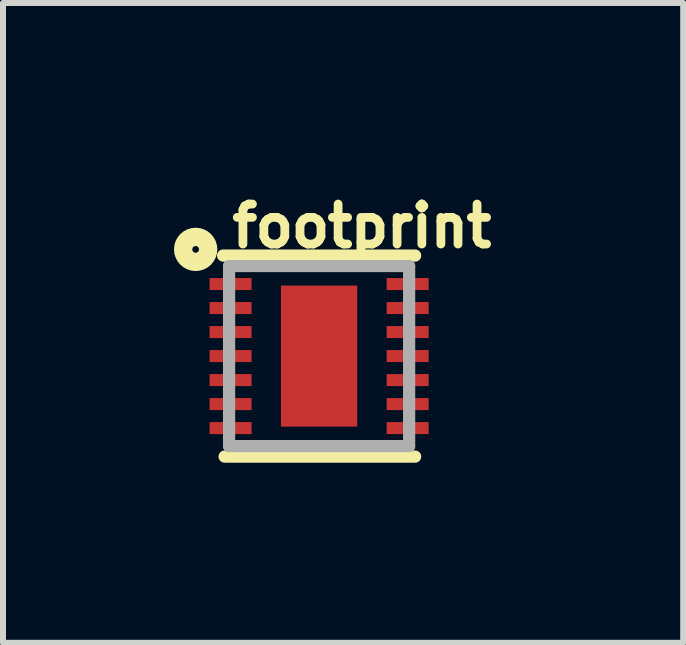
<source format=kicad_pcb>
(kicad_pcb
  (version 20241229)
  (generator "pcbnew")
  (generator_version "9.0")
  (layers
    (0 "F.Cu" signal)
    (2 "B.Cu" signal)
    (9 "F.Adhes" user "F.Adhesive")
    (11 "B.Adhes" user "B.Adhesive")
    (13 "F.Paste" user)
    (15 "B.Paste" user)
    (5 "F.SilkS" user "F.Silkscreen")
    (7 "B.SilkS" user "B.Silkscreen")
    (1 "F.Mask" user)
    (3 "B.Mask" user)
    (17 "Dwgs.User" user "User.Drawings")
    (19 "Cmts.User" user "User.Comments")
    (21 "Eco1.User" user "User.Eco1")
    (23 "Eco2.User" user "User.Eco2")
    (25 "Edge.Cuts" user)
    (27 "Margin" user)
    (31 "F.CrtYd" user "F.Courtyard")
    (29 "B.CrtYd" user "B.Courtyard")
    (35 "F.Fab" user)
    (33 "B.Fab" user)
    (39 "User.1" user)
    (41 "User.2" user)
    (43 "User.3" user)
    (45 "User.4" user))
  (footprint "footprint"
    (layer "F.Cu")
    (at 2.267 2.883)
    (property "Reference" "footprint" (at -1.524 -1.778 0) (layer "F.SilkS") (effects (font (size 0.666 0.666) (thickness 0.146)) (justify left bottom)))
    (fp_poly (pts (xy -1.9 1.375) (xy -1.05 1.375) (xy -1.05 -1.375) (xy -1.9 -1.375)) (stroke (width 0) (type solid)) (fill yes) (layer "F.Mask"))
    (fp_poly (pts (xy 1.05 1.375) (xy 1.9 1.375) (xy 1.9 -1.375) (xy 1.05 -1.375)) (stroke (width 0) (type solid)) (fill yes) (layer "F.Mask"))
    (fp_line (start -1.6 -1.675) (end 1.6 -1.675) (stroke (width 0.203) (type solid)) (layer "F.SilkS"))
    (fp_line (start -1.575 1.675) (end 1.6 1.675) (stroke (width 0.203) (type solid)) (layer "F.SilkS"))
    (fp_circle (center -2.057 -1.778) (end -2.001 -1.778) (stroke (width 0.305) (type solid)) (fill no) (layer "F.SilkS"))
    (fp_poly (pts (xy -1.825 -1.1) (xy -1.125 -1.1) (xy -1.125 -1.3) (xy -1.825 -1.3)) (stroke (width 0) (type solid)) (fill yes) (layer "F.Paste"))
    (fp_poly (pts (xy -1.825 -0.7) (xy -1.125 -0.7) (xy -1.125 -0.9) (xy -1.825 -0.9)) (stroke (width 0) (type solid)) (fill yes) (layer "F.Paste"))
    (fp_poly (pts (xy -1.825 -0.3) (xy -1.125 -0.3) (xy -1.125 -0.5) (xy -1.825 -0.5)) (stroke (width 0) (type solid)) (fill yes) (layer "F.Paste"))
    (fp_poly (pts (xy -1.825 0.1) (xy -1.125 0.1) (xy -1.125 -0.1) (xy -1.825 -0.1)) (stroke (width 0) (type solid)) (fill yes) (layer "F.Paste"))
    (fp_poly (pts (xy -1.825 0.5) (xy -1.125 0.5) (xy -1.125 0.3) (xy -1.825 0.3)) (stroke (width 0) (type solid)) (fill yes) (layer "F.Paste"))
    (fp_poly (pts (xy -1.825 0.9) (xy -1.125 0.9) (xy -1.125 0.7) (xy -1.825 0.7)) (stroke (width 0) (type solid)) (fill yes) (layer "F.Paste"))
    (fp_poly (pts (xy -1.825 1.3) (xy -1.125 1.3) (xy -1.125 1.1) (xy -1.825 1.1)) (stroke (width 0) (type solid)) (fill yes) (layer "F.Paste"))
    (fp_poly (pts (xy -0.5 -0.2) (xy -0.1 -0.2) (xy -0.1 -1) (xy -0.5 -1)) (stroke (width 0) (type solid)) (fill yes) (layer "F.Paste"))
    (fp_poly (pts (xy -0.5 1) (xy -0.1 1) (xy -0.1 0.2) (xy -0.5 0.2)) (stroke (width 0) (type solid)) (fill yes) (layer "F.Paste"))
    (fp_poly (pts (xy 0.1 -0.2) (xy 0.5 -0.2) (xy 0.5 -1) (xy 0.1 -1)) (stroke (width 0) (type solid)) (fill yes) (layer "F.Paste"))
    (fp_poly (pts (xy 0.1 1) (xy 0.5 1) (xy 0.5 0.2) (xy 0.1 0.2)) (stroke (width 0) (type solid)) (fill yes) (layer "F.Paste"))
    (fp_poly (pts (xy 1.825 -1.3) (xy 1.125 -1.3) (xy 1.125 -1.1) (xy 1.825 -1.1)) (stroke (width 0) (type solid)) (fill yes) (layer "F.Paste"))
    (fp_poly (pts (xy 1.825 -0.9) (xy 1.125 -0.9) (xy 1.125 -0.7) (xy 1.825 -0.7)) (stroke (width 0) (type solid)) (fill yes) (layer "F.Paste"))
    (fp_poly (pts (xy 1.825 -0.5) (xy 1.125 -0.5) (xy 1.125 -0.3) (xy 1.825 -0.3)) (stroke (width 0) (type solid)) (fill yes) (layer "F.Paste"))
    (fp_poly (pts (xy 1.825 -0.1) (xy 1.125 -0.1) (xy 1.125 0.1) (xy 1.825 0.1)) (stroke (width 0) (type solid)) (fill yes) (layer "F.Paste"))
    (fp_poly (pts (xy 1.825 0.3) (xy 1.125 0.3) (xy 1.125 0.5) (xy 1.825 0.5)) (stroke (width 0) (type solid)) (fill yes) (layer "F.Paste"))
    (fp_poly (pts (xy 1.825 0.7) (xy 1.125 0.7) (xy 1.125 0.9) (xy 1.825 0.9)) (stroke (width 0) (type solid)) (fill yes) (layer "F.Paste"))
    (fp_poly (pts (xy 1.825 1.1) (xy 1.125 1.1) (xy 1.125 1.3) (xy 1.825 1.3)) (stroke (width 0) (type solid)) (fill yes) (layer "F.Paste"))
    (fp_line (start -1.5 -1.5) (end 1.5 -1.5) (stroke (width 0.203) (type solid)) (layer "F.Fab"))
    (fp_line (start -1.5 1.5) (end -1.5 -1.5) (stroke (width 0.203) (type solid)) (layer "F.Fab"))
    (fp_line (start 1.5 -1.5) (end 1.5 1.5) (stroke (width 0.203) (type solid)) (layer "F.Fab"))
    (fp_line (start 1.5 1.5) (end -1.5 1.5) (stroke (width 0.203) (type solid)) (layer "F.Fab"))
    (pad "P$1" smd rect (at -1.475 -1.2) (size 0.7 0.2) (layers "F.Cu"))
    (pad "P$2" smd rect (at -1.475 -0.8) (size 0.7 0.2) (layers "F.Cu"))
    (pad "P$3" smd rect (at -1.475 -0.4) (size 0.7 0.2) (layers "F.Cu"))
    (pad "P$4" smd rect (at -1.475 0) (size 0.7 0.2) (layers "F.Cu"))
    (pad "P$5" smd rect (at -1.475 0.4) (size 0.7 0.2) (layers "F.Cu"))
    (pad "P$6" smd rect (at -1.475 0.8) (size 0.7 0.2) (layers "F.Cu"))
    (pad "P$7" smd rect (at -1.475 1.2) (size 0.7 0.2) (layers "F.Cu"))
    (pad "P$8" smd rect (at 1.475 1.2) (size 0.7 0.2) (layers "F.Cu"))
    (pad "P$9" smd rect (at 1.475 0.8) (size 0.7 0.2) (layers "F.Cu"))
    (pad "P$10" smd rect (at 1.475 0.4) (size 0.7 0.2) (layers "F.Cu"))
    (pad "P$11" smd rect (at 1.475 0) (size 0.7 0.2) (layers "F.Cu"))
    (pad "P$12" smd rect (at 1.475 -0.4) (size 0.7 0.2) (layers "F.Cu"))
    (pad "P$13" smd rect (at 1.475 -0.8) (size 0.7 0.2) (layers "F.Cu"))
    (pad "P$14" smd rect (at 1.475 -1.2) (size 0.7 0.2) (layers "F.Cu"))
    (pad "P$THERMAL" smd rect (at 0 0) (size 1.27 2.35) (layers "F.Cu" "F.Mask")))
  (gr_rect
    (start -3 -3)
    (end 8.333 7.66)
    (stroke (width 0.1) (type default))
    (fill no)
    (layer "Edge.Cuts")))
</source>
